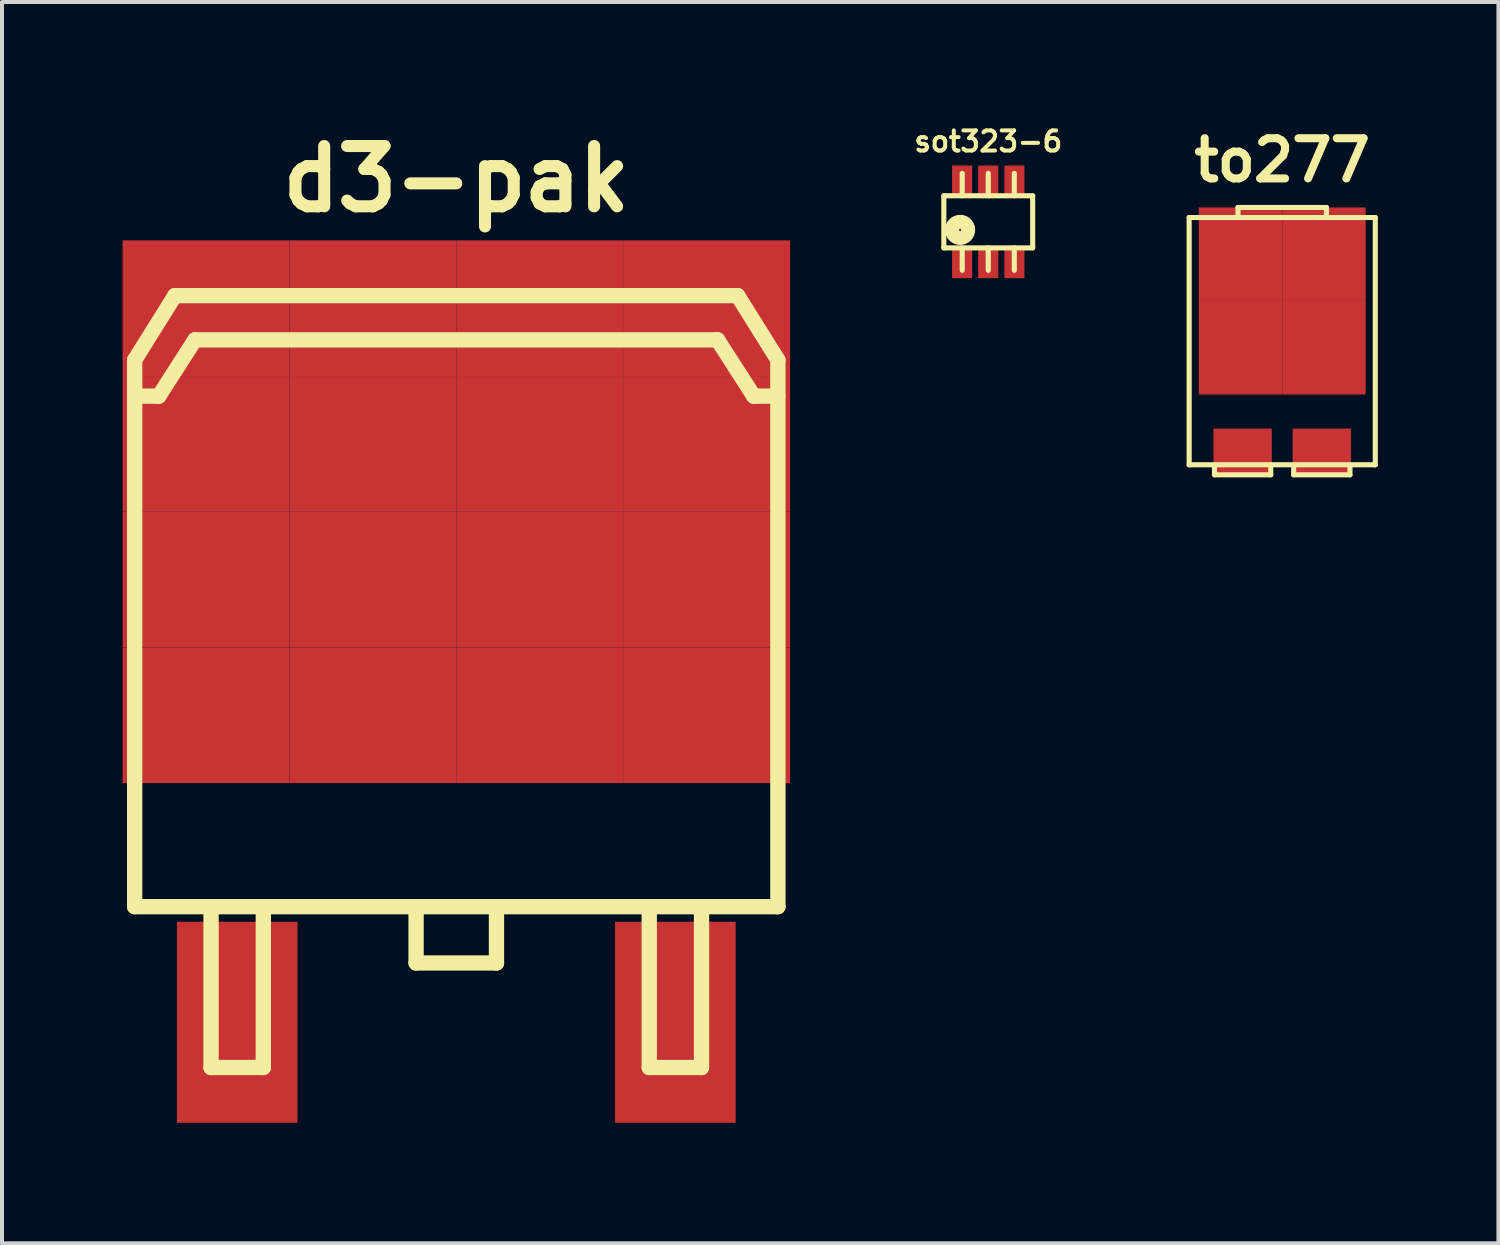
<source format=kicad_pcb>
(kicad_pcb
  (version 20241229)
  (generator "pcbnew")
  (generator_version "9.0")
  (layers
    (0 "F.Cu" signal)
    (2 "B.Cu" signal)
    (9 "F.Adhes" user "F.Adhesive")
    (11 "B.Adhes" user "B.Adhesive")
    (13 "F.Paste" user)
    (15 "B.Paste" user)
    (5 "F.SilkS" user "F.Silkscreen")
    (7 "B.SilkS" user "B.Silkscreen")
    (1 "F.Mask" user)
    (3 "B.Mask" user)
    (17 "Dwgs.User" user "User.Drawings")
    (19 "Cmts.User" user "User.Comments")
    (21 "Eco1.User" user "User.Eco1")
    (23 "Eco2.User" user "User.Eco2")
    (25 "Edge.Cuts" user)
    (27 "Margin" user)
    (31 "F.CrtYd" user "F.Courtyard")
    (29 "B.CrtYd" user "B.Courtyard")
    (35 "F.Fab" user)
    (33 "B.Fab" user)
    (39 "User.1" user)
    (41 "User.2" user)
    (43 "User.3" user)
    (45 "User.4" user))
  (footprint "sot323-6"
    (layer "F.Cu")
    (at 21.533 2.468)
    (property "Reference" "sot323-6" (at 0 -2 0) (layer "F.SilkS") (effects (font (size 0.5 0.5) (thickness 0.1))))
    (attr through_hole)
    (fp_line (start -1.105 -0.648) (end 1.105 -0.648) (stroke (width 0.127) (type solid)) (layer "F.SilkS"))
    (fp_line (start -1.105 0.648) (end -1.105 -0.648) (stroke (width 0.127) (type solid)) (layer "F.SilkS"))
    (fp_line (start -0.648 -0.648) (end -0.648 -1.206) (stroke (width 0.127) (type solid)) (layer "F.SilkS"))
    (fp_line (start -0.648 0.648) (end -0.648 1.206) (stroke (width 0.127) (type solid)) (layer "F.SilkS"))
    (fp_line (start 0 -0.648) (end 0 -1.206) (stroke (width 0.127) (type solid)) (layer "F.SilkS"))
    (fp_line (start 0 0.648) (end 0 1.206) (stroke (width 0.127) (type solid)) (layer "F.SilkS"))
    (fp_line (start 0.648 -0.648) (end 0.648 -1.206) (stroke (width 0.127) (type solid)) (layer "F.SilkS"))
    (fp_line (start 0.648 0.648) (end 0.648 1.206) (stroke (width 0.127) (type solid)) (layer "F.SilkS"))
    (fp_line (start 1.105 -0.648) (end 1.105 0.648) (stroke (width 0.127) (type solid)) (layer "F.SilkS"))
    (fp_line (start 1.105 0.648) (end -1.105 0.648) (stroke (width 0.127) (type solid)) (layer "F.SilkS"))
    (fp_circle (center -0.7 0.2) (end -0.6 0.2) (stroke (width 0.15) (type solid)) (fill no) (layer "F.SilkS"))
    (fp_circle (center -0.7 0.2) (end -0.5 0.2) (stroke (width 0.15) (type solid)) (fill no) (layer "F.SilkS"))
    (fp_circle (center -0.7 0.2) (end -0.4 0.2) (stroke (width 0.15) (type solid)) (fill no) (layer "F.SilkS"))
    (pad "1" smd rect (at -0.65 1) (size 0.5 0.8) (layers "F.Cu" "F.Mask" "F.Paste"))
    (pad "2" smd rect (at 0 1) (size 0.5 0.8) (layers "F.Cu" "F.Mask" "F.Paste"))
    (pad "3" smd rect (at 0.65 1) (size 0.5 0.8) (layers "F.Cu" "F.Mask" "F.Paste"))
    (pad "4" smd rect (at 0.65 -1) (size 0.5 0.8) (layers "F.Cu" "F.Mask" "F.Paste"))
    (pad "5" smd rect (at 0 -1) (size 0.5 0.8) (layers "F.Cu" "F.Mask" "F.Paste"))
    (pad "6" smd rect (at -0.65 -1) (size 0.5 0.8) (layers "F.Cu" "F.Mask" "F.Paste")))
  (footprint "d3-pak"
    (layer "F.Cu")
    (at 8.3 13.904)
    (property "Reference" "d3-pak" (at 0 -12.5 0) (layer "F.SilkS") (effects (font (size 1.5 1.5) (thickness 0.3))))
    (attr through_hole)
    (fp_line (start -8 -8) (end -8 5.6) (stroke (width 0.381) (type solid)) (layer "F.SilkS"))
    (fp_line (start -8 -8) (end -7 -9.6) (stroke (width 0.381) (type solid)) (layer "F.SilkS"))
    (fp_line (start -8 5.6) (end 8 5.6) (stroke (width 0.381) (type solid)) (layer "F.SilkS"))
    (fp_line (start -7.4 -7.1) (end -8 -7.1) (stroke (width 0.381) (type solid)) (layer "F.SilkS"))
    (fp_line (start -7 -9.6) (end 7 -9.6) (stroke (width 0.381) (type solid)) (layer "F.SilkS"))
    (fp_line (start -6.5 -8.5) (end -7.4 -7.1) (stroke (width 0.381) (type solid)) (layer "F.SilkS"))
    (fp_line (start -6.1 5.6) (end -6.1 9.6) (stroke (width 0.381) (type solid)) (layer "F.SilkS"))
    (fp_line (start -6.1 9.6) (end -4.8 9.6) (stroke (width 0.381) (type solid)) (layer "F.SilkS"))
    (fp_line (start -4.8 9.6) (end -4.8 5.6) (stroke (width 0.381) (type solid)) (layer "F.SilkS"))
    (fp_line (start -1 5.6) (end -1 7) (stroke (width 0.381) (type solid)) (layer "F.SilkS"))
    (fp_line (start -1 7) (end 1 7) (stroke (width 0.381) (type solid)) (layer "F.SilkS"))
    (fp_line (start 1 7) (end 1 5.6) (stroke (width 0.381) (type solid)) (layer "F.SilkS"))
    (fp_line (start 4.8 5.6) (end 4.8 9.6) (stroke (width 0.381) (type solid)) (layer "F.SilkS"))
    (fp_line (start 4.8 9.6) (end 6.1 9.6) (stroke (width 0.381) (type solid)) (layer "F.SilkS"))
    (fp_line (start 6.1 9.6) (end 6.1 5.6) (stroke (width 0.381) (type solid)) (layer "F.SilkS"))
    (fp_line (start 6.5 -8.5) (end -6.5 -8.5) (stroke (width 0.381) (type solid)) (layer "F.SilkS"))
    (fp_line (start 6.5 -8.5) (end 7.4 -7.1) (stroke (width 0.381) (type solid)) (layer "F.SilkS"))
    (fp_line (start 7.4 -7.1) (end 8 -7.1) (stroke (width 0.381) (type solid)) (layer "F.SilkS"))
    (fp_line (start 8 -8) (end 7 -9.6) (stroke (width 0.381) (type solid)) (layer "F.SilkS"))
    (fp_line (start 8 -8) (end 8 5.6) (stroke (width 0.381) (type solid)) (layer "F.SilkS"))
    (pad "1" smd rect (at -5.45 8.475) (size 3 5) (layers "F.Cu" "F.Mask" "F.Paste"))
    (pad "2" smd rect (at -6.225 -9.287) (size 4.15 3.375) (layers "F.Cu" "F.Mask" "F.Paste"))
    (pad "2" smd rect (at -6.225 -5.912) (size 4.15 3.375) (layers "F.Cu" "F.Mask" "F.Paste"))
    (pad "2" smd rect (at -6.225 -2.538) (size 4.15 3.375) (layers "F.Cu" "F.Mask" "F.Paste"))
    (pad "2" smd rect (at -6.225 0.838) (size 4.15 3.375) (layers "F.Cu" "F.Mask" "F.Paste"))
    (pad "2" smd rect (at -2.075 -9.287) (size 4.15 3.375) (layers "F.Cu" "F.Mask" "F.Paste"))
    (pad "2" smd rect (at -2.075 -5.912) (size 4.15 3.375) (layers "F.Cu" "F.Mask" "F.Paste"))
    (pad "2" smd rect (at -2.075 -2.538) (size 4.15 3.375) (layers "F.Cu" "F.Mask" "F.Paste"))
    (pad "2" smd rect (at -2.075 0.838) (size 4.15 3.375) (layers "F.Cu" "F.Mask" "F.Paste"))
    (pad "2" smd rect (at 2.075 -9.287) (size 4.15 3.375) (layers "F.Cu" "F.Mask" "F.Paste"))
    (pad "2" smd rect (at 2.075 -5.912) (size 4.15 3.375) (layers "F.Cu" "F.Mask" "F.Paste"))
    (pad "2" smd rect (at 2.075 -2.538) (size 4.15 3.375) (layers "F.Cu" "F.Mask" "F.Paste"))
    (pad "2" smd rect (at 2.075 0.838) (size 4.15 3.375) (layers "F.Cu" "F.Mask" "F.Paste"))
    (pad "2" smd rect (at 6.225 -9.287) (size 4.15 3.375) (layers "F.Cu" "F.Mask" "F.Paste"))
    (pad "2" smd rect (at 6.225 -5.912) (size 4.15 3.375) (layers "F.Cu" "F.Mask" "F.Paste"))
    (pad "2" smd rect (at 6.225 -2.538) (size 4.15 3.375) (layers "F.Cu" "F.Mask" "F.Paste"))
    (pad "2" smd rect (at 6.225 0.838) (size 4.15 3.375) (layers "F.Cu" "F.Mask" "F.Paste"))
    (pad "3" smd rect (at 5.45 8.475) (size 3 5) (layers "F.Cu" "F.Mask" "F.Paste")))
  (footprint "to277"
    (layer "F.Cu")
    (at 28.845 5.436)
    (property "Reference" "to277" (at 0 -4.5 0) (layer "F.SilkS") (effects (font (size 1 1) (thickness 0.2))))
    (attr through_hole)
    (fp_line (start -2.315 -3.075) (end -2.315 3.075) (stroke (width 0.127) (type solid)) (layer "F.SilkS"))
    (fp_line (start -2.315 3.075) (end 2.315 3.075) (stroke (width 0.127) (type solid)) (layer "F.SilkS"))
    (fp_line (start -1.685 3.325) (end -1.685 3.075) (stroke (width 0.127) (type solid)) (layer "F.SilkS"))
    (fp_line (start -1.685 3.325) (end -0.285 3.325) (stroke (width 0.127) (type solid)) (layer "F.SilkS"))
    (fp_line (start -1.1 -3.325) (end 1.1 -3.325) (stroke (width 0.127) (type solid)) (layer "F.SilkS"))
    (fp_line (start -1.1 -3.075) (end -1.1 -3.325) (stroke (width 0.127) (type solid)) (layer "F.SilkS"))
    (fp_line (start -0.285 3.325) (end -0.285 3.075) (stroke (width 0.127) (type solid)) (layer "F.SilkS"))
    (fp_line (start 0.285 3.325) (end 0.285 3.075) (stroke (width 0.127) (type solid)) (layer "F.SilkS"))
    (fp_line (start 1.1 -3.075) (end 1.1 -3.325) (stroke (width 0.127) (type solid)) (layer "F.SilkS"))
    (fp_line (start 1.685 3.325) (end 0.285 3.325) (stroke (width 0.127) (type solid)) (layer "F.SilkS"))
    (fp_line (start 1.685 3.325) (end 1.685 3.075) (stroke (width 0.127) (type solid)) (layer "F.SilkS"))
    (fp_line (start 2.315 -3.075) (end -2.315 -3.075) (stroke (width 0.127) (type solid)) (layer "F.SilkS"))
    (fp_line (start 2.315 3.075) (end 2.315 -3.075) (stroke (width 0.127) (type solid)) (layer "F.SilkS"))
    (pad "1" smd rect (at -0.985 2.75) (size 1.45 1.15) (layers "F.Cu" "F.Mask" "F.Paste"))
    (pad "2" smd rect (at -1.038 -2.163) (size 2.075 2.325) (layers "F.Cu" "F.Mask" "F.Paste"))
    (pad "2" smd rect (at -1.038 0.163) (size 2.075 2.325) (layers "F.Cu" "F.Mask" "F.Paste"))
    (pad "2" smd rect (at 1.038 -2.163) (size 2.075 2.325) (layers "F.Cu" "F.Mask" "F.Paste"))
    (pad "2" smd rect (at 1.038 0.163) (size 2.075 2.325) (layers "F.Cu" "F.Mask" "F.Paste"))
    (pad "3" smd rect (at 0.985 2.75) (size 1.45 1.15) (layers "F.Cu" "F.Mask" "F.Paste")))
  (gr_rect
    (start -3 -3)
    (end 34.224 27.879)
    (stroke (width 0.1) (type default))
    (fill no)
    (layer "Edge.Cuts")))
</source>
